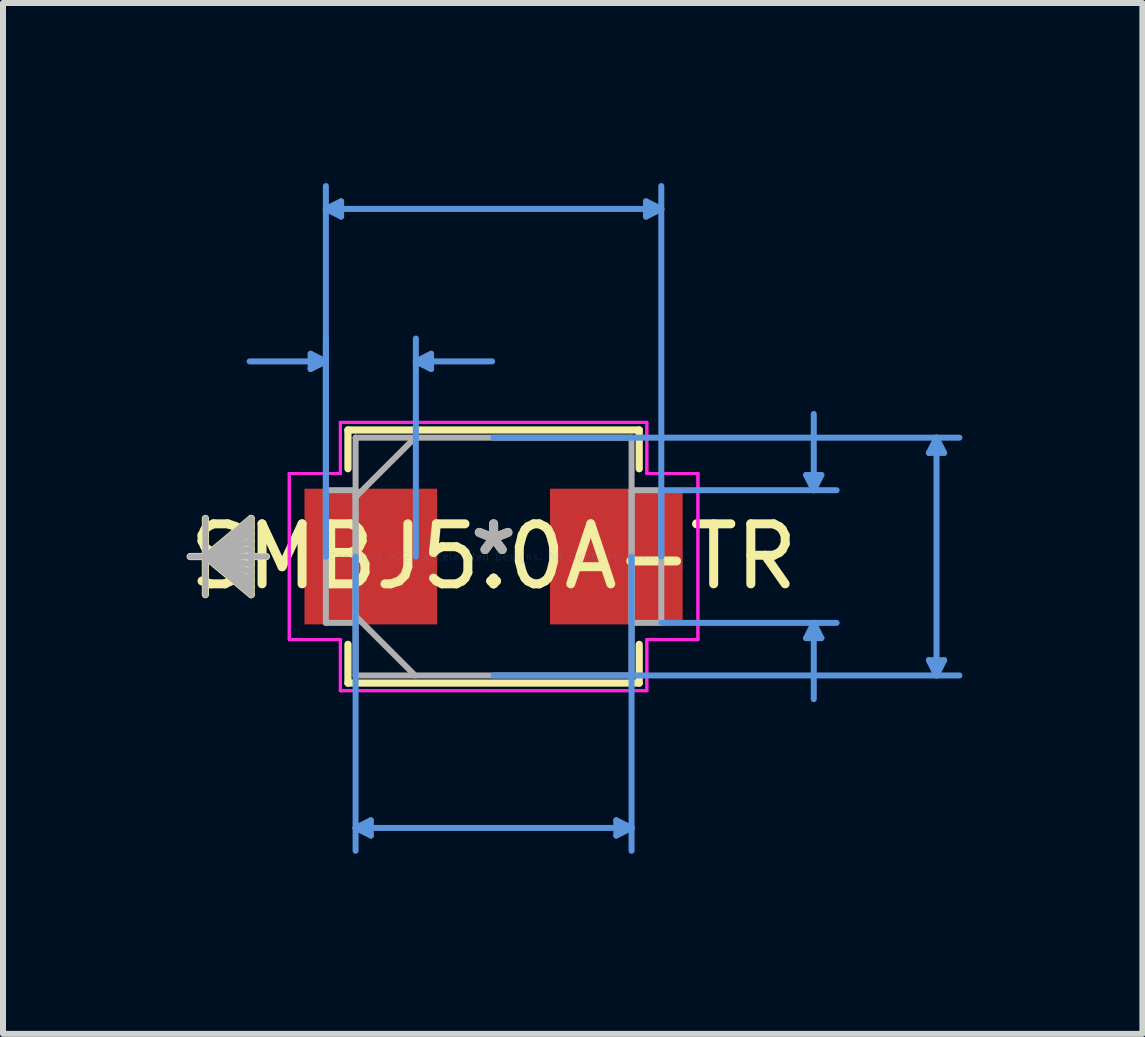
<source format=kicad_pcb>
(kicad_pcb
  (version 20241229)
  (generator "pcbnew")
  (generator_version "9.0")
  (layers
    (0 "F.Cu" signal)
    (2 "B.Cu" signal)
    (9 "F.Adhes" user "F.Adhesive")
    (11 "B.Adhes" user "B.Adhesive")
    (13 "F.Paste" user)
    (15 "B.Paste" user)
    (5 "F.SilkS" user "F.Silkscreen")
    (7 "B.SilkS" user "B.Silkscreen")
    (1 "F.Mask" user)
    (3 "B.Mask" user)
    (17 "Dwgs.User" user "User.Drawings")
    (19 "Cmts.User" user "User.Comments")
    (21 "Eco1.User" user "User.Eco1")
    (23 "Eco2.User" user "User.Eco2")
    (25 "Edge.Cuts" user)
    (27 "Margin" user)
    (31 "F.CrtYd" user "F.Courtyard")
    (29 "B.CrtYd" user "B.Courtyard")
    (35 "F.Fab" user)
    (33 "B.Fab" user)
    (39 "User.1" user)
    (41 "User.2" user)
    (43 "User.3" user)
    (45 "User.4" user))
  (footprint "SMBJ5.0A-TR"
    (layer "F.Cu")
    (at 5.173 6.222)
    (property "Reference" "SMBJ5.0A-TR" (at 0 0 0) (layer "F.SilkS") (effects (font (size 1 1) (thickness 0.15))))
    (attr through_hole)
    (fp_line (start -4.801 -0.635) (end -4.801 0.635) (stroke (width 0.12) (type solid)) (layer "F.SilkS"))
    (fp_line (start -4.801 0) (end -4.039 -0.635) (stroke (width 0.12) (type solid)) (layer "F.SilkS"))
    (fp_line (start -4.801 0) (end -4.039 -0.508) (stroke (width 0.12) (type solid)) (layer "F.SilkS"))
    (fp_line (start -4.801 0) (end -4.039 -0.381) (stroke (width 0.12) (type solid)) (layer "F.SilkS"))
    (fp_line (start -4.801 0) (end -4.039 -0.254) (stroke (width 0.12) (type solid)) (layer "F.SilkS"))
    (fp_line (start -4.801 0) (end -4.039 -0.127) (stroke (width 0.12) (type solid)) (layer "F.SilkS"))
    (fp_line (start -4.801 0) (end -4.039 0.127) (stroke (width 0.12) (type solid)) (layer "F.SilkS"))
    (fp_line (start -4.801 0) (end -4.039 0.254) (stroke (width 0.12) (type solid)) (layer "F.SilkS"))
    (fp_line (start -4.801 0) (end -4.039 0.381) (stroke (width 0.12) (type solid)) (layer "F.SilkS"))
    (fp_line (start -4.801 0) (end -4.039 0.508) (stroke (width 0.12) (type solid)) (layer "F.SilkS"))
    (fp_line (start -4.801 0) (end -4.039 0.635) (stroke (width 0.12) (type solid)) (layer "F.SilkS"))
    (fp_line (start -4.039 -0.635) (end -4.039 0.635) (stroke (width 0.12) (type solid)) (layer "F.SilkS"))
    (fp_line (start -3.785 0) (end -5.055 0) (stroke (width 0.12) (type solid)) (layer "F.SilkS"))
    (fp_line (start -2.426 -2.108) (end -2.426 -1.463) (stroke (width 0.12) (type solid)) (layer "F.SilkS"))
    (fp_line (start -2.426 1.463) (end -2.426 2.108) (stroke (width 0.12) (type solid)) (layer "F.SilkS"))
    (fp_line (start -2.426 2.108) (end 2.426 2.108) (stroke (width 0.12) (type solid)) (layer "F.SilkS"))
    (fp_line (start 2.426 -2.108) (end -2.426 -2.108) (stroke (width 0.12) (type solid)) (layer "F.SilkS"))
    (fp_line (start 2.426 -1.463) (end 2.426 -2.108) (stroke (width 0.12) (type solid)) (layer "F.SilkS"))
    (fp_line (start 2.426 2.108) (end 2.426 1.463) (stroke (width 0.12) (type solid)) (layer "F.SilkS"))
    (fp_line (start -3.048 -3.378) (end -3.048 -3.124) (stroke (width 0.1) (type solid)) (layer "Cmts.User"))
    (fp_line (start -2.794 -5.791) (end -2.54 -5.918) (stroke (width 0.1) (type solid)) (layer "Cmts.User"))
    (fp_line (start -2.794 -5.791) (end -2.54 -5.664) (stroke (width 0.1) (type solid)) (layer "Cmts.User"))
    (fp_line (start -2.794 -5.791) (end 2.794 -5.791) (stroke (width 0.1) (type solid)) (layer "Cmts.User"))
    (fp_line (start -2.794 -3.251) (end -4.064 -3.251) (stroke (width 0.1) (type solid)) (layer "Cmts.User"))
    (fp_line (start -2.794 -3.251) (end -3.048 -3.378) (stroke (width 0.1) (type solid)) (layer "Cmts.User"))
    (fp_line (start -2.794 -3.251) (end -3.048 -3.124) (stroke (width 0.1) (type solid)) (layer "Cmts.User"))
    (fp_line (start -2.794 0) (end -2.794 -6.172) (stroke (width 0.1) (type solid)) (layer "Cmts.User"))
    (fp_line (start -2.794 0) (end -2.794 -3.632) (stroke (width 0.1) (type solid)) (layer "Cmts.User"))
    (fp_line (start -2.54 -5.918) (end -2.54 -5.664) (stroke (width 0.1) (type solid)) (layer "Cmts.User"))
    (fp_line (start -2.299 0) (end -2.299 4.902) (stroke (width 0.1) (type solid)) (layer "Cmts.User"))
    (fp_line (start -2.299 4.521) (end -2.045 4.394) (stroke (width 0.1) (type solid)) (layer "Cmts.User"))
    (fp_line (start -2.299 4.521) (end -2.045 4.648) (stroke (width 0.1) (type solid)) (layer "Cmts.User"))
    (fp_line (start -2.299 4.521) (end 2.299 4.521) (stroke (width 0.1) (type solid)) (layer "Cmts.User"))
    (fp_line (start -2.045 4.394) (end -2.045 4.648) (stroke (width 0.1) (type solid)) (layer "Cmts.User"))
    (fp_line (start -1.295 -3.251) (end -1.041 -3.378) (stroke (width 0.1) (type solid)) (layer "Cmts.User"))
    (fp_line (start -1.295 -3.251) (end -1.041 -3.124) (stroke (width 0.1) (type solid)) (layer "Cmts.User"))
    (fp_line (start -1.295 -3.251) (end -0.025 -3.251) (stroke (width 0.1) (type solid)) (layer "Cmts.User"))
    (fp_line (start -1.295 0) (end -1.295 -3.632) (stroke (width 0.1) (type solid)) (layer "Cmts.User"))
    (fp_line (start -1.041 -3.378) (end -1.041 -3.124) (stroke (width 0.1) (type solid)) (layer "Cmts.User"))
    (fp_line (start 0 -1.981) (end 7.76 -1.981) (stroke (width 0.1) (type solid)) (layer "Cmts.User"))
    (fp_line (start 0 1.981) (end 7.76 1.981) (stroke (width 0.1) (type solid)) (layer "Cmts.User"))
    (fp_line (start 2.045 4.394) (end 2.045 4.648) (stroke (width 0.1) (type solid)) (layer "Cmts.User"))
    (fp_line (start 2.299 0) (end 2.299 4.902) (stroke (width 0.1) (type solid)) (layer "Cmts.User"))
    (fp_line (start 2.299 4.521) (end 2.045 4.394) (stroke (width 0.1) (type solid)) (layer "Cmts.User"))
    (fp_line (start 2.299 4.521) (end 2.045 4.648) (stroke (width 0.1) (type solid)) (layer "Cmts.User"))
    (fp_line (start 2.54 -5.918) (end 2.54 -5.664) (stroke (width 0.1) (type solid)) (layer "Cmts.User"))
    (fp_line (start 2.794 -5.791) (end 2.54 -5.918) (stroke (width 0.1) (type solid)) (layer "Cmts.User"))
    (fp_line (start 2.794 -5.791) (end 2.54 -5.664) (stroke (width 0.1) (type solid)) (layer "Cmts.User"))
    (fp_line (start 2.794 -1.105) (end 5.715 -1.105) (stroke (width 0.1) (type solid)) (layer "Cmts.User"))
    (fp_line (start 2.794 0) (end 2.794 -6.172) (stroke (width 0.1) (type solid)) (layer "Cmts.User"))
    (fp_line (start 2.794 1.105) (end 5.715 1.105) (stroke (width 0.1) (type solid)) (layer "Cmts.User"))
    (fp_line (start 5.207 -1.359) (end 5.461 -1.359) (stroke (width 0.1) (type solid)) (layer "Cmts.User"))
    (fp_line (start 5.207 1.359) (end 5.461 1.359) (stroke (width 0.1) (type solid)) (layer "Cmts.User"))
    (fp_line (start 5.334 -1.105) (end 5.207 -1.359) (stroke (width 0.1) (type solid)) (layer "Cmts.User"))
    (fp_line (start 5.334 -1.105) (end 5.334 -2.375) (stroke (width 0.1) (type solid)) (layer "Cmts.User"))
    (fp_line (start 5.334 -1.105) (end 5.461 -1.359) (stroke (width 0.1) (type solid)) (layer "Cmts.User"))
    (fp_line (start 5.334 1.105) (end 5.207 1.359) (stroke (width 0.1) (type solid)) (layer "Cmts.User"))
    (fp_line (start 5.334 1.105) (end 5.334 2.375) (stroke (width 0.1) (type solid)) (layer "Cmts.User"))
    (fp_line (start 5.334 1.105) (end 5.461 1.359) (stroke (width 0.1) (type solid)) (layer "Cmts.User"))
    (fp_line (start 7.252 -1.727) (end 7.506 -1.727) (stroke (width 0.1) (type solid)) (layer "Cmts.User"))
    (fp_line (start 7.252 1.727) (end 7.506 1.727) (stroke (width 0.1) (type solid)) (layer "Cmts.User"))
    (fp_line (start 7.379 -1.981) (end 7.252 -1.727) (stroke (width 0.1) (type solid)) (layer "Cmts.User"))
    (fp_line (start 7.379 -1.981) (end 7.379 1.981) (stroke (width 0.1) (type solid)) (layer "Cmts.User"))
    (fp_line (start 7.379 -1.981) (end 7.506 -1.727) (stroke (width 0.1) (type solid)) (layer "Cmts.User"))
    (fp_line (start 7.379 1.981) (end 7.252 1.727) (stroke (width 0.1) (type solid)) (layer "Cmts.User"))
    (fp_line (start 7.379 1.981) (end 7.506 1.727) (stroke (width 0.1) (type solid)) (layer "Cmts.User"))
    (fp_line (start -3.404 -1.384) (end -2.553 -1.384) (stroke (width 0.05) (type solid)) (layer "F.CrtYd"))
    (fp_line (start -3.404 -1.384) (end -2.553 -1.384) (stroke (width 0.05) (type solid)) (layer "F.CrtYd"))
    (fp_line (start -3.404 1.384) (end -3.404 -1.384) (stroke (width 0.05) (type solid)) (layer "F.CrtYd"))
    (fp_line (start -3.404 1.384) (end -3.404 -1.384) (stroke (width 0.05) (type solid)) (layer "F.CrtYd"))
    (fp_line (start -2.553 -2.235) (end 2.553 -2.235) (stroke (width 0.05) (type solid)) (layer "F.CrtYd"))
    (fp_line (start -2.553 -2.235) (end 2.553 -2.235) (stroke (width 0.05) (type solid)) (layer "F.CrtYd"))
    (fp_line (start -2.553 -1.384) (end -2.553 -2.235) (stroke (width 0.05) (type solid)) (layer "F.CrtYd"))
    (fp_line (start -2.553 -1.384) (end -2.553 -2.235) (stroke (width 0.05) (type solid)) (layer "F.CrtYd"))
    (fp_line (start -2.553 1.384) (end -3.404 1.384) (stroke (width 0.05) (type solid)) (layer "F.CrtYd"))
    (fp_line (start -2.553 1.384) (end -3.404 1.384) (stroke (width 0.05) (type solid)) (layer "F.CrtYd"))
    (fp_line (start -2.553 2.235) (end -2.553 1.384) (stroke (width 0.05) (type solid)) (layer "F.CrtYd"))
    (fp_line (start -2.553 2.235) (end -2.553 1.384) (stroke (width 0.05) (type solid)) (layer "F.CrtYd"))
    (fp_line (start 2.553 -2.235) (end 2.553 -1.384) (stroke (width 0.05) (type solid)) (layer "F.CrtYd"))
    (fp_line (start 2.553 -2.235) (end 2.553 -1.384) (stroke (width 0.05) (type solid)) (layer "F.CrtYd"))
    (fp_line (start 2.553 -1.384) (end 3.404 -1.384) (stroke (width 0.05) (type solid)) (layer "F.CrtYd"))
    (fp_line (start 2.553 -1.384) (end 3.404 -1.384) (stroke (width 0.05) (type solid)) (layer "F.CrtYd"))
    (fp_line (start 2.553 1.384) (end 2.553 2.235) (stroke (width 0.05) (type solid)) (layer "F.CrtYd"))
    (fp_line (start 2.553 1.384) (end 2.553 2.235) (stroke (width 0.05) (type solid)) (layer "F.CrtYd"))
    (fp_line (start 2.553 2.235) (end -2.553 2.235) (stroke (width 0.05) (type solid)) (layer "F.CrtYd"))
    (fp_line (start 2.553 2.235) (end -2.553 2.235) (stroke (width 0.05) (type solid)) (layer "F.CrtYd"))
    (fp_line (start 3.404 -1.384) (end 3.404 1.384) (stroke (width 0.05) (type solid)) (layer "F.CrtYd"))
    (fp_line (start 3.404 -1.384) (end 3.404 1.384) (stroke (width 0.05) (type solid)) (layer "F.CrtYd"))
    (fp_line (start 3.404 1.384) (end 2.553 1.384) (stroke (width 0.05) (type solid)) (layer "F.CrtYd"))
    (fp_line (start 3.404 1.384) (end 2.553 1.384) (stroke (width 0.05) (type solid)) (layer "F.CrtYd"))
    (fp_line (start -4.801 -0.635) (end -4.801 0.635) (stroke (width 0.1) (type solid)) (layer "F.Fab"))
    (fp_line (start -4.801 0) (end -4.039 -0.635) (stroke (width 0.1) (type solid)) (layer "F.Fab"))
    (fp_line (start -4.801 0) (end -4.039 -0.508) (stroke (width 0.1) (type solid)) (layer "F.Fab"))
    (fp_line (start -4.801 0) (end -4.039 -0.381) (stroke (width 0.1) (type solid)) (layer "F.Fab"))
    (fp_line (start -4.801 0) (end -4.039 -0.254) (stroke (width 0.1) (type solid)) (layer "F.Fab"))
    (fp_line (start -4.801 0) (end -4.039 -0.127) (stroke (width 0.1) (type solid)) (layer "F.Fab"))
    (fp_line (start -4.801 0) (end -4.039 0.127) (stroke (width 0.1) (type solid)) (layer "F.Fab"))
    (fp_line (start -4.801 0) (end -4.039 0.254) (stroke (width 0.1) (type solid)) (layer "F.Fab"))
    (fp_line (start -4.801 0) (end -4.039 0.381) (stroke (width 0.1) (type solid)) (layer "F.Fab"))
    (fp_line (start -4.801 0) (end -4.039 0.508) (stroke (width 0.1) (type solid)) (layer "F.Fab"))
    (fp_line (start -4.801 0) (end -4.039 0.635) (stroke (width 0.1) (type solid)) (layer "F.Fab"))
    (fp_line (start -4.039 -0.635) (end -4.039 0.635) (stroke (width 0.1) (type solid)) (layer "F.Fab"))
    (fp_line (start -3.785 0) (end -5.055 0) (stroke (width 0.1) (type solid)) (layer "F.Fab"))
    (fp_line (start -2.794 -1.105) (end -2.794 1.105) (stroke (width 0.1) (type solid)) (layer "F.Fab"))
    (fp_line (start -2.794 1.105) (end -2.299 1.105) (stroke (width 0.1) (type solid)) (layer "F.Fab"))
    (fp_line (start -2.299 -1.981) (end -2.299 1.981) (stroke (width 0.1) (type solid)) (layer "F.Fab"))
    (fp_line (start -2.299 -1.105) (end -2.794 -1.105) (stroke (width 0.1) (type solid)) (layer "F.Fab"))
    (fp_line (start -2.299 -0.991) (end -1.308 -1.981) (stroke (width 0.1) (type solid)) (layer "F.Fab"))
    (fp_line (start -2.299 0.991) (end -1.308 1.981) (stroke (width 0.1) (type solid)) (layer "F.Fab"))
    (fp_line (start -2.299 1.105) (end -2.299 -1.105) (stroke (width 0.1) (type solid)) (layer "F.Fab"))
    (fp_line (start -2.299 1.981) (end 2.299 1.981) (stroke (width 0.1) (type solid)) (layer "F.Fab"))
    (fp_line (start 2.299 -1.981) (end -2.299 -1.981) (stroke (width 0.1) (type solid)) (layer "F.Fab"))
    (fp_line (start 2.299 -1.105) (end 2.299 1.105) (stroke (width 0.1) (type solid)) (layer "F.Fab"))
    (fp_line (start 2.299 1.105) (end 2.794 1.105) (stroke (width 0.1) (type solid)) (layer "F.Fab"))
    (fp_line (start 2.299 1.981) (end 2.299 -1.981) (stroke (width 0.1) (type solid)) (layer "F.Fab"))
    (fp_line (start 2.794 -1.105) (end 2.299 -1.105) (stroke (width 0.1) (type solid)) (layer "F.Fab"))
    (fp_line (start 2.794 1.105) (end 2.794 -1.105) (stroke (width 0.1) (type solid)) (layer "F.Fab"))
    (fp_text user "*" (at 0 0 0) (layer "F.SilkS") (effects (font (size 1 1) (thickness 0.15))))
    (fp_text user "Copyright 2021 Accelerated Designs. All rights reserved." (at 0 0 0) (layer "Cmts.User") (effects (font (size 0.127 0.127) (thickness 0.002))))
    (fp_text user "*" (at 0 0 0) (layer "F.Fab") (effects (font (size 1 1) (thickness 0.15))))
    (pad "1" smd rect (at -2.045 0) (size 2.21 2.261) (layers "F.Cu" "F.Mask" "F.Paste"))
    (pad "2" smd rect (at 2.045 0) (size 2.21 2.261) (layers "F.Cu" "F.Mask" "F.Paste")))
  (gr_rect
    (start -3 -3)
    (end 15.982 14.174)
    (stroke (width 0.1) (type default))
    (fill no)
    (layer "Edge.Cuts")))
</source>
